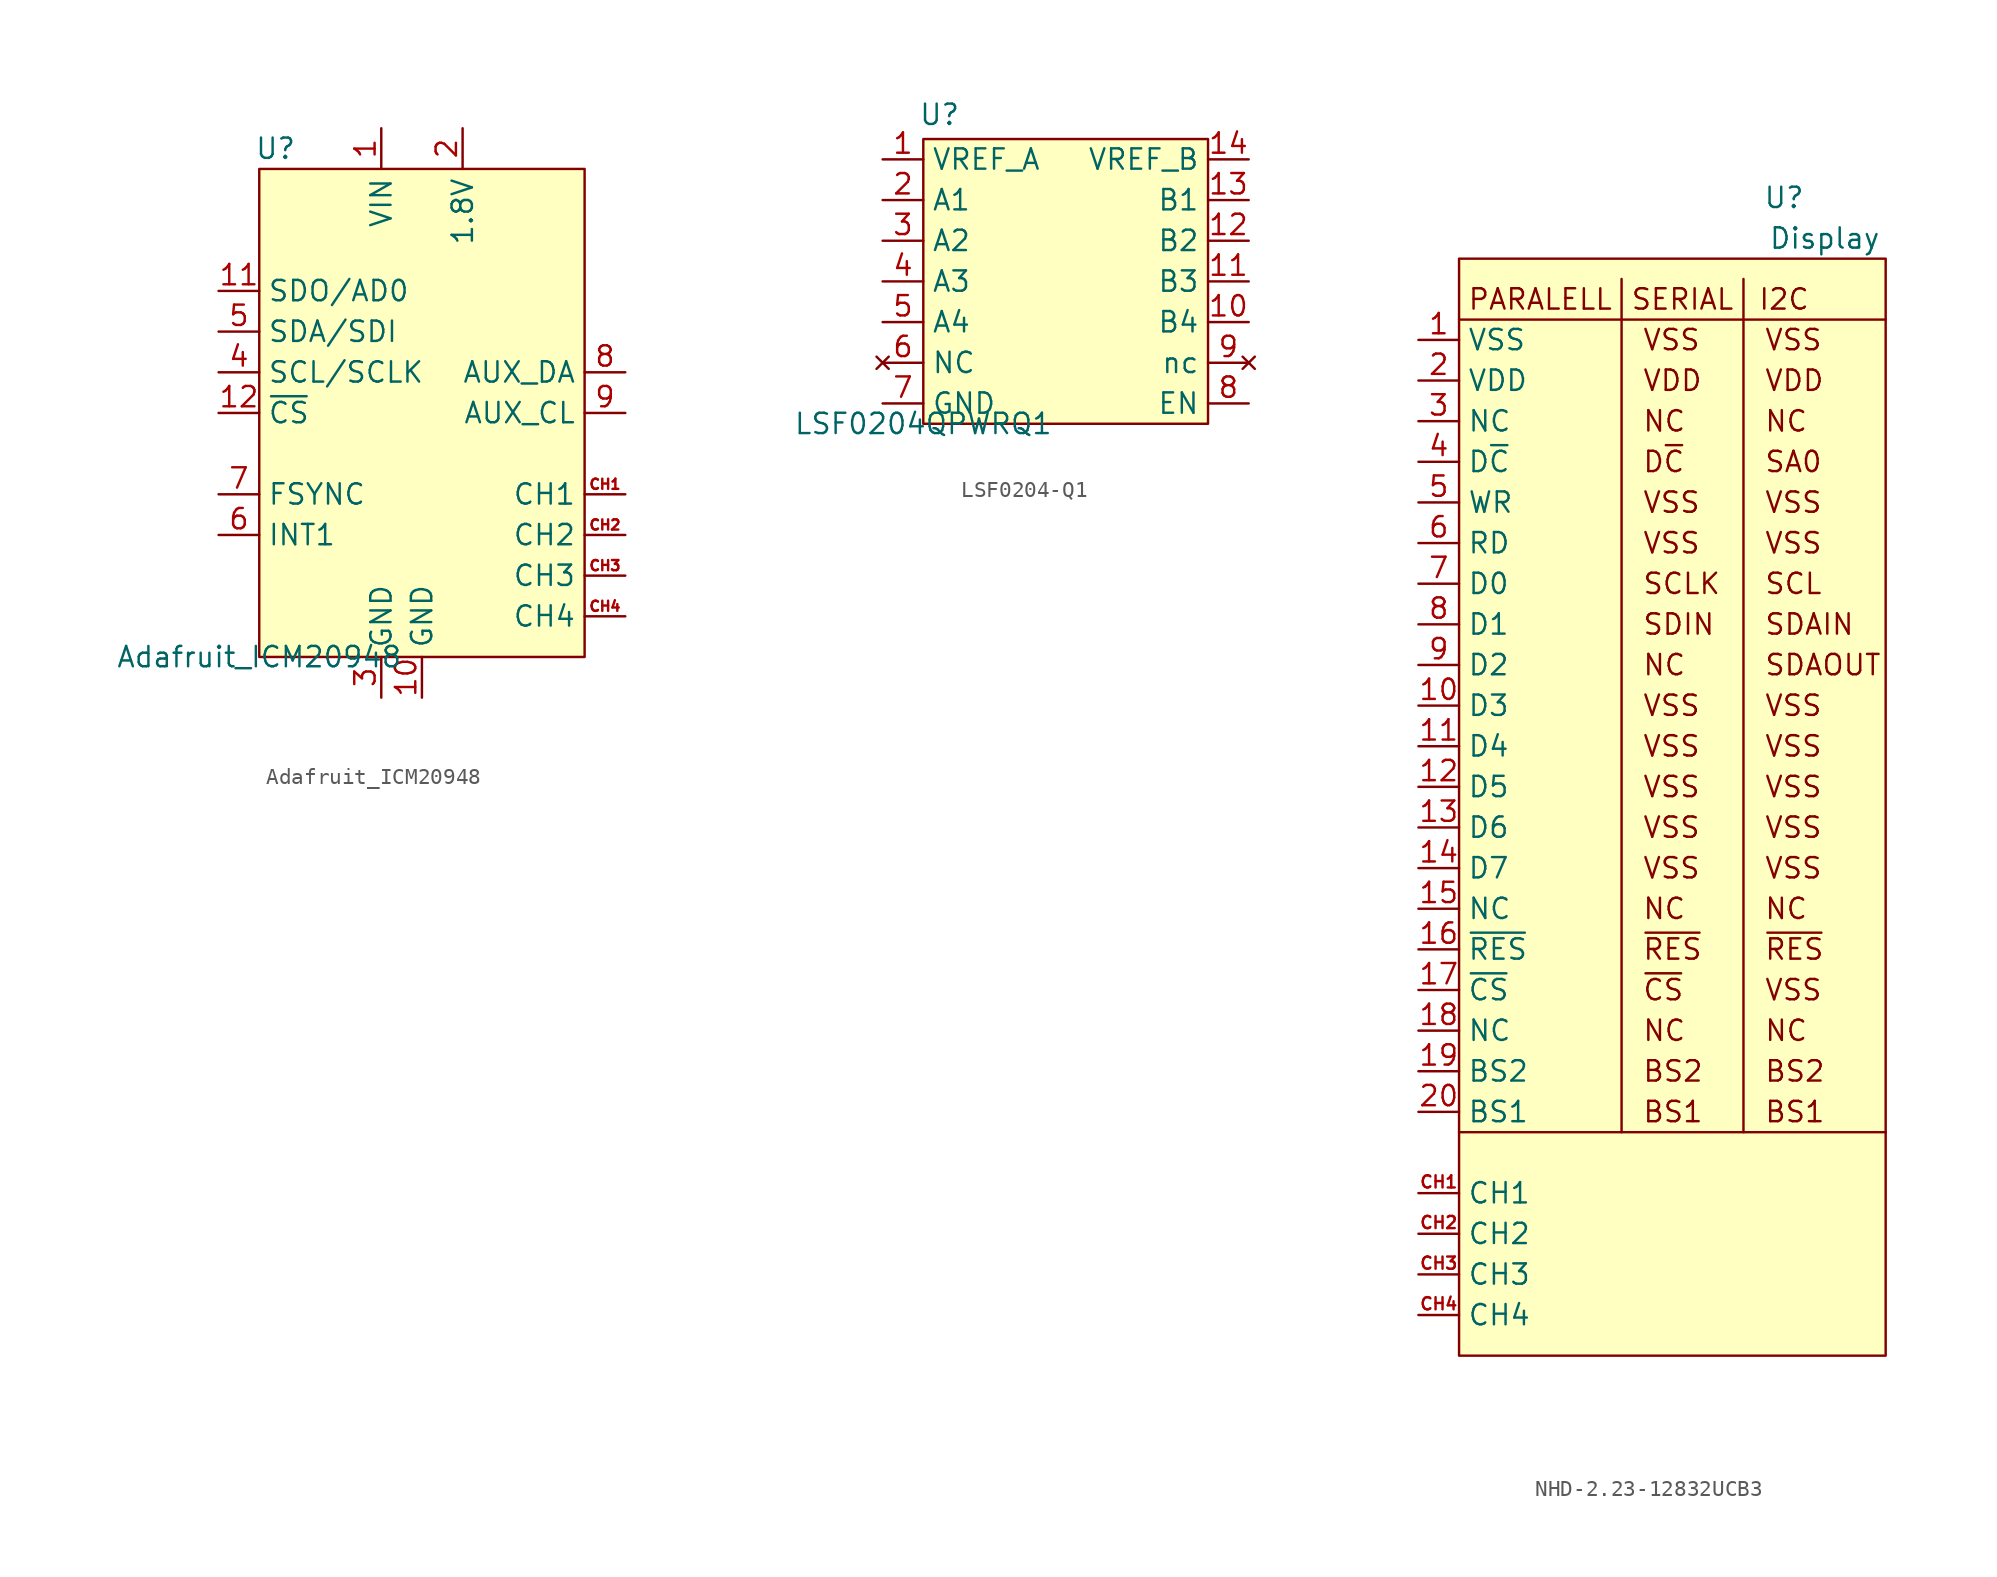
<source format=kicad_sym>
(kicad_symbol_lib
  (version 20241209)
  (generator "kicad_symbol_editor")
  (generator_version "9.0")
  (symbol "Adafruit_ICM20948"
    (property "Reference" "U"
      (at 1.016 31.75 0)
      (effects (font (size 1.27 1.27))))
    (property "Value" "Adafruit_ICM20948"
      (at 0 0 0)
      (effects (font (size 1.27 1.27))))
    (symbol "Adafruit_ICM20948_1_1"
      (rectangle (start 0 30.48) (end 20.32 0) (stroke (width 0) (type solid)) (fill (type background)))
      (pin input line (at -2.54 22.86 0) (length 2.54) (name "SDO/AD0" (effects (font (size 1.27 1.27)))) (number "11" (effects (font (size 1.27 1.27)))))
      (pin input line (at -2.54 20.32 0) (length 2.54) (name "SDA/SDI" (effects (font (size 1.27 1.27)))) (number "5" (effects (font (size 1.27 1.27)))))
      (pin input line (at -2.54 17.78 0) (length 2.54) (name "SCL/SCLK" (effects (font (size 1.27 1.27)))) (number "4" (effects (font (size 1.27 1.27)))))
      (pin input line (at -2.54 15.24 0) (length 2.54) (name "~{CS}" (effects (font (size 1.27 1.27)))) (number "12" (effects (font (size 1.27 1.27)))))
      (pin input line (at -2.54 10.16 0) (length 2.54) (name "FSYNC" (effects (font (size 1.27 1.27)))) (number "7" (effects (font (size 1.27 1.27)))))
      (pin input line (at -2.54 7.62 0) (length 2.54) (name "INT1" (effects (font (size 1.27 1.27)))) (number "6" (effects (font (size 1.27 1.27)))))
      (pin input line (at 7.62 33.02 270) (length 2.54) (name "VIN" (effects (font (size 1.27 1.27)))) (number "1" (effects (font (size 1.27 1.27)))))
      (pin input line (at 7.62 -2.54 90) (length 2.54) (name "GND" (effects (font (size 1.27 1.27)))) (number "3" (effects (font (size 1.27 1.27)))))
      (pin input line (at 10.16 -2.54 90) (length 2.54) (name "GND" (effects (font (size 1.27 1.27)))) (number "10" (effects (font (size 1.27 1.27)))))
      (pin input line (at 12.7 33.02 270) (length 2.54) (name "1.8V" (effects (font (size 1.27 1.27)))) (number "2" (effects (font (size 1.27 1.27)))))
      (pin input line (at 22.86 17.78 180) (length 2.54) (name "AUX_DA" (effects (font (size 1.27 1.27)))) (number "8" (effects (font (size 1.27 1.27)))))
      (pin input line (at 22.86 15.24 180) (length 2.54) (name "AUX_CL" (effects (font (size 1.27 1.27)))) (number "9" (effects (font (size 1.27 1.27)))))
      (pin input line (at 22.86 10.16 180) (length 2.54) (name "CH1" (effects (font (size 1.27 1.27)))) (number "CH1" (effects (font (size 0.635 0.635)))))
      (pin input line (at 22.86 7.62 180) (length 2.54) (name "CH2" (effects (font (size 1.27 1.27)))) (number "CH2" (effects (font (size 0.635 0.635)))))
      (pin input line (at 22.86 5.08 180) (length 2.54) (name "CH3" (effects (font (size 1.27 1.27)))) (number "CH3" (effects (font (size 0.635 0.635)))))
      (pin input line (at 22.86 2.54 180) (length 2.54) (name "CH4" (effects (font (size 1.27 1.27)))) (number "CH4" (effects (font (size 0.635 0.635)))))))
  (symbol "LSF0204-Q1"
    (property "Reference" "U"
      (at 1.016 19.304 0)
      (effects (font (size 1.27 1.27))))
    (property "Value" "LSF0204QPWRQ1"
      (at 0 0 0)
      (effects (font (size 1.27 1.27))))
    (symbol "LSF0204-Q1_0_1"
      (rectangle (start 0 17.78) (end 17.78 0) (stroke (width 0) (type default)) (fill (type color) (color 255 255 194 1))))
    (symbol "LSF0204-Q1_1_1"
      (pin input line (at -2.54 16.51 0) (length 2.54) (name "VREF_A" (effects (font (size 1.27 1.27)))) (number "1" (effects (font (size 1.27 1.27)))))
      (pin bidirectional line (at -2.54 13.97 0) (length 2.54) (name "A1" (effects (font (size 1.27 1.27)))) (number "2" (effects (font (size 1.27 1.27)))))
      (pin bidirectional line (at -2.54 11.43 0) (length 2.54) (name "A2" (effects (font (size 1.27 1.27)))) (number "3" (effects (font (size 1.27 1.27)))))
      (pin bidirectional line (at -2.54 8.89 0) (length 2.54) (name "A3" (effects (font (size 1.27 1.27)))) (number "4" (effects (font (size 1.27 1.27)))))
      (pin bidirectional line (at -2.54 6.35 0) (length 2.54) (name "A4" (effects (font (size 1.27 1.27)))) (number "5" (effects (font (size 1.27 1.27)))))
      (pin no_connect line (at -2.54 3.81 0) (length 2.54) (name "NC" (effects (font (size 1.27 1.27)))) (number "6" (effects (font (size 1.27 1.27)))))
      (pin input line (at -2.54 1.27 0) (length 2.54) (name "GND" (effects (font (size 1.27 1.27)))) (number "7" (effects (font (size 1.27 1.27)))))
      (pin input line (at 20.32 16.51 180) (length 2.54) (name "VREF_B" (effects (font (size 1.27 1.27)))) (number "14" (effects (font (size 1.27 1.27)))))
      (pin input line (at 20.32 13.97 180) (length 2.54) (name "B1" (effects (font (size 1.27 1.27)))) (number "13" (effects (font (size 1.27 1.27)))))
      (pin input line (at 20.32 11.43 180) (length 2.54) (name "B2" (effects (font (size 1.27 1.27)))) (number "12" (effects (font (size 1.27 1.27)))))
      (pin input line (at 20.32 8.89 180) (length 2.54) (name "B3" (effects (font (size 1.27 1.27)))) (number "11" (effects (font (size 1.27 1.27)))))
      (pin input line (at 20.32 6.35 180) (length 2.54) (name "B4" (effects (font (size 1.27 1.27)))) (number "10" (effects (font (size 1.27 1.27)))))
      (pin no_connect line (at 20.32 3.81 180) (length 2.54) (name "nc" (effects (font (size 1.27 1.27)))) (number "9" (effects (font (size 1.27 1.27)))))
      (pin input line (at 20.32 1.27 180) (length 2.54) (name "EN" (effects (font (size 1.27 1.27)))) (number "8" (effects (font (size 1.27 1.27)))))))
  (symbol "NHD-2.23-12832UCB3"
    (property "Reference" "U"
      (at 20.32 72.39 0)
      (effects (font (size 1.27 1.27))))
    (property "Value" "Display"
      (at 22.86 69.85 0)
      (effects (font (size 1.27 1.27))))
    (symbol "NHD-2.23-12832UCB3_0_1"
      (polyline (pts (xy 0 64.77) (xy 26.67 64.77)) (stroke (width 0) (type default)) (fill (type none)))
      (polyline (pts (xy 10.16 67.31) (xy 10.16 13.97)) (stroke (width 0) (type default)) (fill (type none)))
      (polyline (pts (xy 17.78 67.31) (xy 17.78 13.97)) (stroke (width 0) (type default)) (fill (type none))))
    (symbol "NHD-2.23-12832UCB3_1_1"
      (rectangle (start 0 68.58) (end 26.67 0) (stroke (width 0) (type solid)) (fill (type background)))
      (polyline (pts (xy 0 13.97) (xy 26.67 13.97)) (stroke (width 0) (type default)) (fill (type none)))
      (text "PARALELL" (at 5.08 66.04 0) (effects (font (size 1.27 1.27))))
      (text "VSS" (at 11.43 63.5 0) (effects (font (size 1.27 1.27)) (justify left)))
      (text "VDD" (at 11.43 60.96 0) (effects (font (size 1.27 1.27)) (justify left)))
      (text "NC" (at 11.43 58.42 0) (effects (font (size 1.27 1.27)) (justify left)))
      (text "D~{C}" (at 11.43 55.88 0) (effects (font (size 1.27 1.27)) (justify left)))
      (text "VSS" (at 11.43 53.34 0) (effects (font (size 1.27 1.27)) (justify left)))
      (text "VSS" (at 11.43 50.8 0) (effects (font (size 1.27 1.27)) (justify left)))
      (text "SCLK" (at 11.43 48.26 0) (effects (font (size 1.27 1.27)) (justify left)))
      (text "SDIN" (at 11.43 45.72 0) (effects (font (size 1.27 1.27)) (justify left)))
      (text "NC" (at 11.43 43.18 0) (effects (font (size 1.27 1.27)) (justify left)))
      (text "VSS" (at 11.43 40.64 0) (effects (font (size 1.27 1.27)) (justify left)))
      (text "VSS" (at 11.43 38.1 0) (effects (font (size 1.27 1.27)) (justify left)))
      (text "VSS" (at 11.43 35.56 0) (effects (font (size 1.27 1.27)) (justify left)))
      (text "VSS" (at 11.43 33.02 0) (effects (font (size 1.27 1.27)) (justify left)))
      (text "VSS" (at 11.43 30.48 0) (effects (font (size 1.27 1.27)) (justify left)))
      (text "NC" (at 11.43 27.94 0) (effects (font (size 1.27 1.27)) (justify left)))
      (text "~{RES}" (at 11.43 25.4 0) (effects (font (size 1.27 1.27)) (justify left)))
      (text "~{CS}" (at 11.43 22.86 0) (effects (font (size 1.27 1.27)) (justify left)))
      (text "NC" (at 11.43 20.32 0) (effects (font (size 1.27 1.27)) (justify left)))
      (text "BS2" (at 11.43 17.78 0) (effects (font (size 1.27 1.27)) (justify left)))
      (text "BS1" (at 11.43 15.24 0) (effects (font (size 1.27 1.27)) (justify left)))
      (text "SERIAL" (at 13.97 66.04 0) (effects (font (size 1.27 1.27))))
      (text "VSS" (at 19.05 63.5 0) (effects (font (size 1.27 1.27)) (justify left)))
      (text "VDD" (at 19.05 60.96 0) (effects (font (size 1.27 1.27)) (justify left)))
      (text "NC" (at 19.05 58.42 0) (effects (font (size 1.27 1.27)) (justify left)))
      (text "SA0" (at 19.05 55.88 0) (effects (font (size 1.27 1.27)) (justify left)))
      (text "VSS" (at 19.05 53.34 0) (effects (font (size 1.27 1.27)) (justify left)))
      (text "VSS" (at 19.05 50.8 0) (effects (font (size 1.27 1.27)) (justify left)))
      (text "SCL" (at 19.05 48.26 0) (effects (font (size 1.27 1.27)) (justify left)))
      (text "SDAIN" (at 19.05 45.72 0) (effects (font (size 1.27 1.27)) (justify left)))
      (text "SDAOUT" (at 19.05 43.18 0) (effects (font (size 1.27 1.27)) (justify left)))
      (text "VSS" (at 19.05 40.64 0) (effects (font (size 1.27 1.27)) (justify left)))
      (text "VSS" (at 19.05 38.1 0) (effects (font (size 1.27 1.27)) (justify left)))
      (text "VSS" (at 19.05 35.56 0) (effects (font (size 1.27 1.27)) (justify left)))
      (text "VSS" (at 19.05 33.02 0) (effects (font (size 1.27 1.27)) (justify left)))
      (text "VSS" (at 19.05 30.48 0) (effects (font (size 1.27 1.27)) (justify left)))
      (text "NC" (at 19.05 27.94 0) (effects (font (size 1.27 1.27)) (justify left)))
      (text "~{RES}" (at 19.05 25.4 0) (effects (font (size 1.27 1.27)) (justify left)))
      (text "VSS" (at 19.05 22.86 0) (effects (font (size 1.27 1.27)) (justify left)))
      (text "NC" (at 19.05 20.32 0) (effects (font (size 1.27 1.27)) (justify left)))
      (text "BS2" (at 19.05 17.78 0) (effects (font (size 1.27 1.27)) (justify left)))
      (text "BS1" (at 19.05 15.24 0) (effects (font (size 1.27 1.27)) (justify left)))
      (text "I2C" (at 20.32 66.04 0) (effects (font (size 1.27 1.27))))
      (pin passive line (at -2.54 63.5 0) (length 2.54) (name "VSS" (effects (font (size 1.27 1.27)))) (number "1" (effects (font (size 1.27 1.27)))))
      (pin passive line (at -2.54 60.96 0) (length 2.54) (name "VDD" (effects (font (size 1.27 1.27)))) (number "2" (effects (font (size 1.27 1.27)))))
      (pin passive line (at -2.54 58.42 0) (length 2.54) (name "NC" (effects (font (size 1.27 1.27)))) (number "3" (effects (font (size 1.27 1.27)))))
      (pin passive line (at -2.54 55.88 0) (length 2.54) (name "D~{C}" (effects (font (size 1.27 1.27)))) (number "4" (effects (font (size 1.27 1.27)))))
      (pin passive line (at -2.54 53.34 0) (length 2.54) (name "WR" (effects (font (size 1.27 1.27)))) (number "5" (effects (font (size 1.27 1.27)))))
      (pin passive line (at -2.54 50.8 0) (length 2.54) (name "RD" (effects (font (size 1.27 1.27)))) (number "6" (effects (font (size 1.27 1.27)))))
      (pin passive line (at -2.54 48.26 0) (length 2.54) (name "D0" (effects (font (size 1.27 1.27)))) (number "7" (effects (font (size 1.27 1.27)))))
      (pin passive line (at -2.54 45.72 0) (length 2.54) (name "D1" (effects (font (size 1.27 1.27)))) (number "8" (effects (font (size 1.27 1.27)))))
      (pin passive line (at -2.54 43.18 0) (length 2.54) (name "D2" (effects (font (size 1.27 1.27)))) (number "9" (effects (font (size 1.27 1.27)))))
      (pin passive line (at -2.54 40.64 0) (length 2.54) (name "D3" (effects (font (size 1.27 1.27)))) (number "10" (effects (font (size 1.27 1.27)))))
      (pin passive line (at -2.54 38.1 0) (length 2.54) (name "D4" (effects (font (size 1.27 1.27)))) (number "11" (effects (font (size 1.27 1.27)))))
      (pin passive line (at -2.54 35.56 0) (length 2.54) (name "D5" (effects (font (size 1.27 1.27)))) (number "12" (effects (font (size 1.27 1.27)))))
      (pin passive line (at -2.54 33.02 0) (length 2.54) (name "D6" (effects (font (size 1.27 1.27)))) (number "13" (effects (font (size 1.27 1.27)))))
      (pin passive line (at -2.54 30.48 0) (length 2.54) (name "D7" (effects (font (size 1.27 1.27)))) (number "14" (effects (font (size 1.27 1.27)))))
      (pin passive line (at -2.54 27.94 0) (length 2.54) (name "NC" (effects (font (size 1.27 1.27)))) (number "15" (effects (font (size 1.27 1.27)))))
      (pin passive line (at -2.54 25.4 0) (length 2.54) (name "~{RES}" (effects (font (size 1.27 1.27)))) (number "16" (effects (font (size 1.27 1.27)))))
      (pin passive line (at -2.54 22.86 0) (length 2.54) (name "~{CS}" (effects (font (size 1.27 1.27)))) (number "17" (effects (font (size 1.27 1.27)))))
      (pin passive line (at -2.54 20.32 0) (length 2.54) (name "NC" (effects (font (size 1.27 1.27)))) (number "18" (effects (font (size 1.27 1.27)))))
      (pin passive line (at -2.54 17.78 0) (length 2.54) (name "BS2" (effects (font (size 1.27 1.27)))) (number "19" (effects (font (size 1.27 1.27)))))
      (pin passive line (at -2.54 15.24 0) (length 2.54) (name "BS1" (effects (font (size 1.27 1.27)))) (number "20" (effects (font (size 1.27 1.27)))))
      (pin passive line (at -2.54 10.16 0) (length 2.54) (name "CH1" (effects (font (size 1.27 1.27)))) (number "CH1" (effects (font (size 0.762 0.762)))))
      (pin passive line (at -2.54 7.62 0) (length 2.54) (name "CH2" (effects (font (size 1.27 1.27)))) (number "CH2" (effects (font (size 0.762 0.762)))))
      (pin passive line (at -2.54 5.08 0) (length 2.54) (name "CH3" (effects (font (size 1.27 1.27)))) (number "CH3" (effects (font (size 0.762 0.762)))))
      (pin passive line (at -2.54 2.54 0) (length 2.54) (name "CH4" (effects (font (size 1.27 1.27)))) (number "CH4" (effects (font (size 0.762 0.762))))))))
</source>
